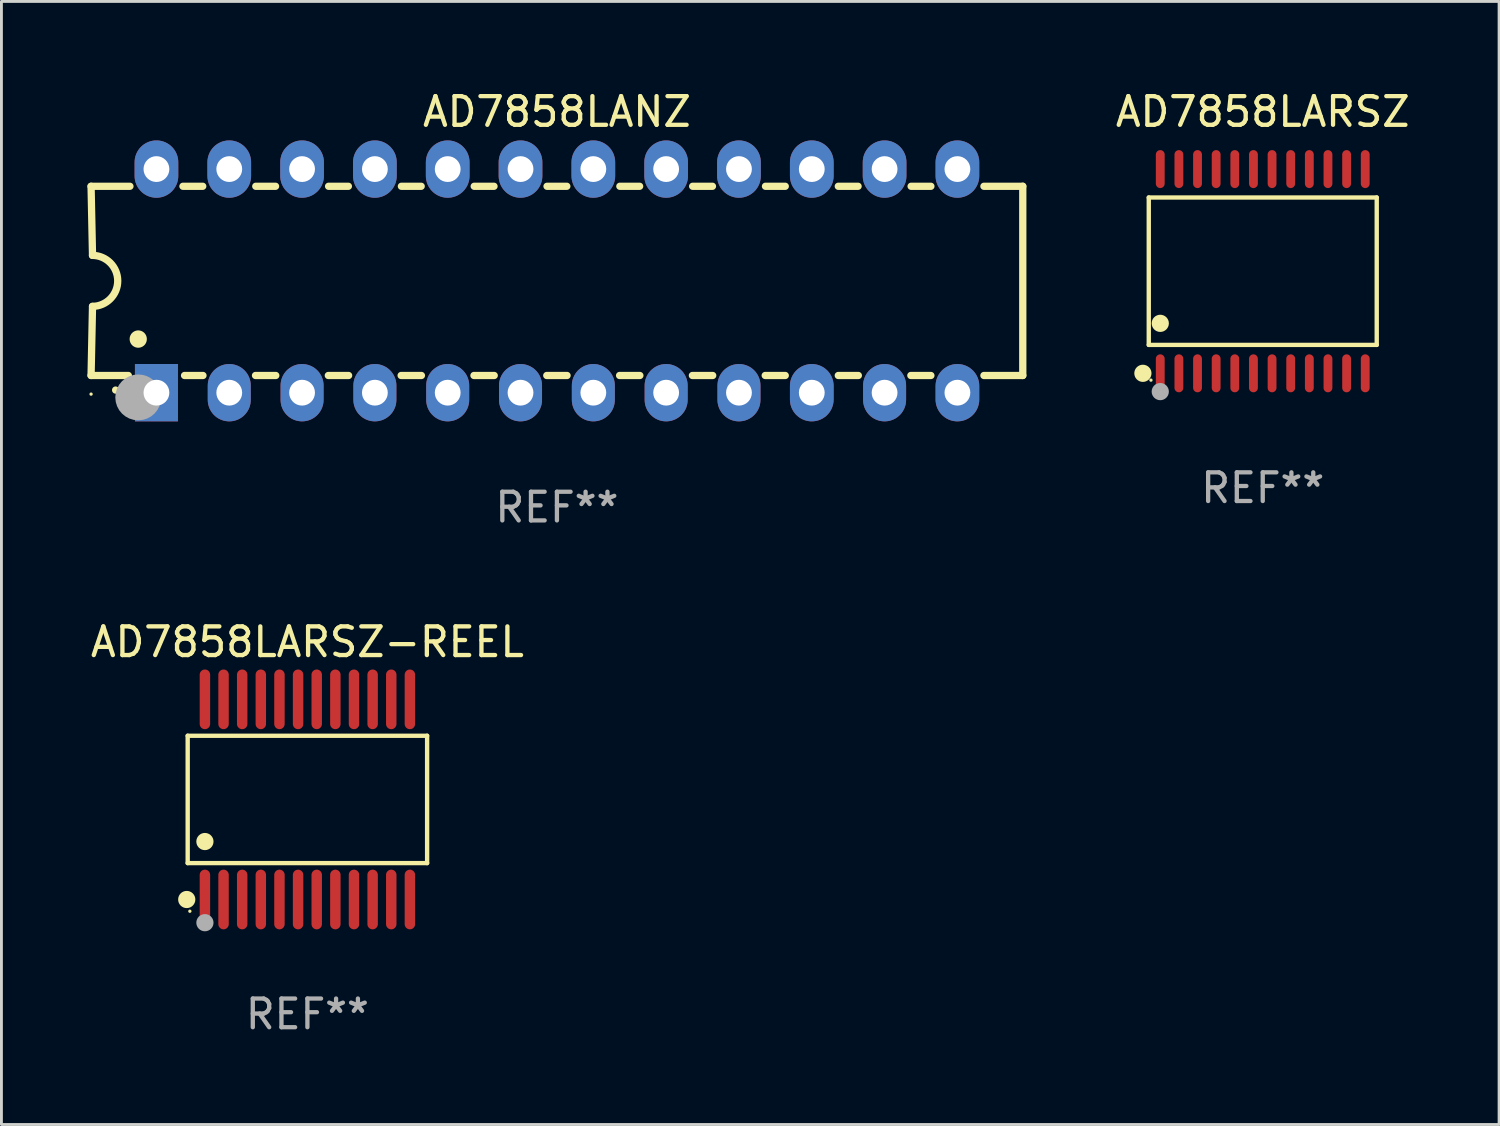
<source format=kicad_pcb>
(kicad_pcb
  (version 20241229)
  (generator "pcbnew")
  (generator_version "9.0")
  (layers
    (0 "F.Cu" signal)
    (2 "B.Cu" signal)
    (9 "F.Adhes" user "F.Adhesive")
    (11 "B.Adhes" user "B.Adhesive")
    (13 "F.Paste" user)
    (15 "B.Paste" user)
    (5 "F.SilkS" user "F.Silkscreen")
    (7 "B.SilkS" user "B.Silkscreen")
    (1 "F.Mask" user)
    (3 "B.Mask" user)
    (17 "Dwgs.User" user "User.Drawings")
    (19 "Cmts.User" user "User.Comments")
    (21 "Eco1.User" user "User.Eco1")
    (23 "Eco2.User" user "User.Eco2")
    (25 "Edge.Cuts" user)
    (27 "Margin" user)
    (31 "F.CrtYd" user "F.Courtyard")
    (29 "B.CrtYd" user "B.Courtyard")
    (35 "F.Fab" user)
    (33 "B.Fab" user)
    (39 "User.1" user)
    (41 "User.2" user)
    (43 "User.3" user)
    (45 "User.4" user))
  (footprint "AD7858LARSZ"
    (layer "F.Cu")
    (at 40.998 6.41)
    (property "Reference" "AD7858LARSZ" (at 0 -5.562 0) (layer "F.SilkS") (effects (font (size 1 1) (thickness 0.15))))
    (attr through_hole)
    (fp_line (start -3.976 -2.571) (end 3.976 -2.571) (stroke (width 0.152) (type solid)) (layer "F.SilkS"))
    (fp_line (start -3.976 2.571) (end -3.976 -2.571) (stroke (width 0.152) (type solid)) (layer "F.SilkS"))
    (fp_line (start 3.976 -2.571) (end 3.976 2.571) (stroke (width 0.152) (type solid)) (layer "F.SilkS"))
    (fp_line (start 3.976 2.571) (end -3.976 2.571) (stroke (width 0.152) (type solid)) (layer "F.SilkS"))
    (fp_circle (center -4.181 3.562) (end -4.031 3.562) (stroke (width 0.3) (type solid)) (fill no) (layer "F.SilkS"))
    (fp_circle (center -3.9 3.8) (end -3.87 3.8) (stroke (width 0.06) (type solid)) (fill no) (layer "F.SilkS"))
    (fp_circle (center -3.575 1.819) (end -3.425 1.819) (stroke (width 0.3) (type solid)) (fill no) (layer "F.SilkS"))
    (fp_circle (center -3.575 4.2) (end -3.425 4.2) (stroke (width 0.3) (type solid)) (fill no) (layer "F.Fab"))
    (fp_text user "REF**" (at 0 7.562 0) (layer "F.Fab") (effects (font (size 1 1) (thickness 0.15))))
    (pad "1" smd oval (at -3.575 3.562) (size 0.308 1.324) (layers "F.Cu" "F.Mask" "F.Paste"))
    (pad "2" smd oval (at -2.925 3.562) (size 0.308 1.324) (layers "F.Cu" "F.Mask" "F.Paste"))
    (pad "3" smd oval (at -2.275 3.562) (size 0.308 1.324) (layers "F.Cu" "F.Mask" "F.Paste"))
    (pad "4" smd oval (at -1.625 3.562) (size 0.308 1.324) (layers "F.Cu" "F.Mask" "F.Paste"))
    (pad "5" smd oval (at -0.975 3.562) (size 0.308 1.324) (layers "F.Cu" "F.Mask" "F.Paste"))
    (pad "6" smd oval (at -0.325 3.562) (size 0.308 1.324) (layers "F.Cu" "F.Mask" "F.Paste"))
    (pad "7" smd oval (at 0.325 3.562) (size 0.308 1.324) (layers "F.Cu" "F.Mask" "F.Paste"))
    (pad "8" smd oval (at 0.975 3.562) (size 0.308 1.324) (layers "F.Cu" "F.Mask" "F.Paste"))
    (pad "9" smd oval (at 1.625 3.562) (size 0.308 1.324) (layers "F.Cu" "F.Mask" "F.Paste"))
    (pad "10" smd oval (at 2.275 3.562) (size 0.308 1.324) (layers "F.Cu" "F.Mask" "F.Paste"))
    (pad "11" smd oval (at 2.925 3.562) (size 0.308 1.324) (layers "F.Cu" "F.Mask" "F.Paste"))
    (pad "12" smd oval (at 3.575 3.562) (size 0.308 1.324) (layers "F.Cu" "F.Mask" "F.Paste"))
    (pad "13" smd oval (at 3.575 -3.562) (size 0.308 1.324) (layers "F.Cu" "F.Mask" "F.Paste"))
    (pad "14" smd oval (at 2.925 -3.562) (size 0.308 1.324) (layers "F.Cu" "F.Mask" "F.Paste"))
    (pad "15" smd oval (at 2.275 -3.562) (size 0.308 1.324) (layers "F.Cu" "F.Mask" "F.Paste"))
    (pad "16" smd oval (at 1.625 -3.562) (size 0.308 1.324) (layers "F.Cu" "F.Mask" "F.Paste"))
    (pad "17" smd oval (at 0.975 -3.562) (size 0.308 1.324) (layers "F.Cu" "F.Mask" "F.Paste"))
    (pad "18" smd oval (at 0.325 -3.562) (size 0.308 1.324) (layers "F.Cu" "F.Mask" "F.Paste"))
    (pad "19" smd oval (at -0.325 -3.562) (size 0.308 1.324) (layers "F.Cu" "F.Mask" "F.Paste"))
    (pad "20" smd oval (at -0.975 -3.562) (size 0.308 1.324) (layers "F.Cu" "F.Mask" "F.Paste"))
    (pad "21" smd oval (at -1.625 -3.562) (size 0.308 1.324) (layers "F.Cu" "F.Mask" "F.Paste"))
    (pad "22" smd oval (at -2.275 -3.562) (size 0.308 1.324) (layers "F.Cu" "F.Mask" "F.Paste"))
    (pad "23" smd oval (at -2.925 -3.562) (size 0.308 1.324) (layers "F.Cu" "F.Mask" "F.Paste"))
    (pad "24" smd oval (at -3.575 -3.562) (size 0.308 1.324) (layers "F.Cu" "F.Mask" "F.Paste")))
  (footprint "AD7858LANZ"
    (layer "F.Cu")
    (at 16.377 6.748)
    (property "Reference" "AD7858LANZ" (at 0 -5.9 0) (layer "F.SilkS") (effects (font (size 1 1) (thickness 0.15))))
    (attr through_hole)
    (fp_line (start -16.25 -3.3) (end -16.2 -0.889) (stroke (width 0.254) (type solid)) (layer "F.SilkS"))
    (fp_line (start -16.25 -3.3) (end -14.895 -3.3) (stroke (width 0.254) (type solid)) (layer "F.SilkS"))
    (fp_line (start -16.25 3.3) (end -16.2 0.889) (stroke (width 0.254) (type solid)) (layer "F.SilkS"))
    (fp_line (start -16.25 3.3) (end -14.951 3.3) (stroke (width 0.254) (type solid)) (layer "F.SilkS"))
    (fp_line (start -13.045 -3.3) (end -12.355 -3.3) (stroke (width 0.254) (type solid)) (layer "F.SilkS"))
    (fp_line (start -12.989 3.3) (end -12.347 3.3) (stroke (width 0.254) (type solid)) (layer "F.SilkS"))
    (fp_line (start -10.514 3.3) (end -9.807 3.3) (stroke (width 0.254) (type solid)) (layer "F.SilkS"))
    (fp_line (start -10.505 -3.3) (end -9.815 -3.3) (stroke (width 0.254) (type solid)) (layer "F.SilkS"))
    (fp_line (start -7.974 3.3) (end -7.267 3.3) (stroke (width 0.254) (type solid)) (layer "F.SilkS"))
    (fp_line (start -7.965 -3.3) (end -7.275 -3.3) (stroke (width 0.254) (type solid)) (layer "F.SilkS"))
    (fp_line (start -5.434 3.3) (end -4.727 3.3) (stroke (width 0.254) (type solid)) (layer "F.SilkS"))
    (fp_line (start -5.425 -3.3) (end -4.735 -3.3) (stroke (width 0.254) (type solid)) (layer "F.SilkS"))
    (fp_line (start -2.894 3.3) (end -2.187 3.3) (stroke (width 0.254) (type solid)) (layer "F.SilkS"))
    (fp_line (start -2.885 -3.3) (end -2.195 -3.3) (stroke (width 0.254) (type solid)) (layer "F.SilkS"))
    (fp_line (start -0.354 3.3) (end 0.353 3.3) (stroke (width 0.254) (type solid)) (layer "F.SilkS"))
    (fp_line (start -0.345 -3.3) (end 0.345 -3.3) (stroke (width 0.254) (type solid)) (layer "F.SilkS"))
    (fp_line (start 2.186 3.3) (end 2.893 3.3) (stroke (width 0.254) (type solid)) (layer "F.SilkS"))
    (fp_line (start 2.195 -3.3) (end 2.885 -3.3) (stroke (width 0.254) (type solid)) (layer "F.SilkS"))
    (fp_line (start 4.726 3.3) (end 5.434 3.3) (stroke (width 0.254) (type solid)) (layer "F.SilkS"))
    (fp_line (start 4.735 -3.3) (end 5.425 -3.3) (stroke (width 0.254) (type solid)) (layer "F.SilkS"))
    (fp_line (start 7.266 3.3) (end 7.965 3.3) (stroke (width 0.254) (type solid)) (layer "F.SilkS"))
    (fp_line (start 7.275 -3.3) (end 7.965 -3.3) (stroke (width 0.254) (type solid)) (layer "F.SilkS"))
    (fp_line (start 9.815 -3.3) (end 10.505 -3.3) (stroke (width 0.254) (type solid)) (layer "F.SilkS"))
    (fp_line (start 9.815 3.3) (end 10.514 3.3) (stroke (width 0.254) (type solid)) (layer "F.SilkS"))
    (fp_line (start 12.346 3.3) (end 13.045 3.3) (stroke (width 0.254) (type solid)) (layer "F.SilkS"))
    (fp_line (start 12.355 -3.3) (end 13.045 -3.3) (stroke (width 0.254) (type solid)) (layer "F.SilkS"))
    (fp_line (start 16.25 -3.3) (end 14.895 -3.3) (stroke (width 0.254) (type solid)) (layer "F.SilkS"))
    (fp_line (start 16.25 -3.3) (end 16.25 3.3) (stroke (width 0.254) (type solid)) (layer "F.SilkS"))
    (fp_line (start 16.25 3.3) (end 14.895 3.3) (stroke (width 0.254) (type solid)) (layer "F.SilkS"))
    (fp_arc (start -16.201016 -0.890146) (mid -15.311429 -0.001055) (end -16.200025 0.889027) (stroke (width 0.254001) (type solid)) (layer "F.SilkS"))
    (fp_arc (start -15.394971 3.810033) (mid -15.394978 3.808763) (end -15.394971 3.807493) (stroke (width 0.25) (type solid)) (layer "F.SilkS"))
    (fp_arc (start -14.605029 2.032029) (mid -14.60504 2.029489) (end -14.605029 2.026949) (stroke (width 0.6) (type solid)) (layer "F.SilkS"))
    (fp_circle (center -16.25 3.95) (end -16.22 3.95) (stroke (width 0.06) (type solid)) (fill no) (layer "F.SilkS"))
    (fp_circle (center -14.605 4.064) (end -14.205 4.064) (stroke (width 0.8) (type solid)) (fill no) (layer "F.Fab"))
    (fp_text user "REF**" (at 0 7.9 0) (layer "F.Fab") (effects (font (size 1 1) (thickness 0.15))))
    (pad "1" thru_hole rect (at -13.97 3.9 90) (size 2 1.5) (drill 0.9) (layers "*.Cu" "*.Mask"))
    (pad "2" thru_hole oval (at -11.43 3.9 90) (size 2 1.5) (drill 0.9) (layers "*.Cu" "*.Mask"))
    (pad "3" thru_hole oval (at -8.89 3.9 90) (size 2 1.5) (drill 0.9) (layers "*.Cu" "*.Mask"))
    (pad "4" thru_hole oval (at -6.35 3.9 90) (size 2 1.5) (drill 0.9) (layers "*.Cu" "*.Mask"))
    (pad "5" thru_hole oval (at -3.81 3.9 90) (size 2 1.5) (drill 0.9) (layers "*.Cu" "*.Mask"))
    (pad "6" thru_hole oval (at -1.27 3.9 90) (size 2 1.5) (drill 0.9) (layers "*.Cu" "*.Mask"))
    (pad "7" thru_hole oval (at 1.27 3.9 90) (size 2 1.5) (drill 0.9) (layers "*.Cu" "*.Mask"))
    (pad "8" thru_hole oval (at 3.81 3.9 90) (size 2 1.5) (drill 0.9) (layers "*.Cu" "*.Mask"))
    (pad "9" thru_hole oval (at 6.35 3.9 90) (size 2 1.5) (drill 0.9) (layers "*.Cu" "*.Mask"))
    (pad "10" thru_hole oval (at 8.89 3.9 90) (size 2 1.524) (drill 0.9) (layers "*.Cu" "*.Mask"))
    (pad "11" thru_hole oval (at 11.43 3.9 90) (size 2 1.5) (drill 0.9) (layers "*.Cu" "*.Mask"))
    (pad "12" thru_hole oval (at 13.97 3.9 90) (size 2 1.524) (drill 0.9) (layers "*.Cu" "*.Mask"))
    (pad "13" thru_hole oval (at 13.97 -3.9 90) (size 2 1.524) (drill 0.9) (layers "*.Cu" "*.Mask"))
    (pad "14" thru_hole oval (at 11.43 -3.9 90) (size 2 1.524) (drill 0.9) (layers "*.Cu" "*.Mask"))
    (pad "15" thru_hole oval (at 8.89 -3.9 90) (size 2 1.524) (drill 0.9) (layers "*.Cu" "*.Mask"))
    (pad "16" thru_hole oval (at 6.35 -3.9 90) (size 2 1.524) (drill 0.9) (layers "*.Cu" "*.Mask"))
    (pad "17" thru_hole oval (at 3.81 -3.9 90) (size 2 1.524) (drill 0.9) (layers "*.Cu" "*.Mask"))
    (pad "18" thru_hole oval (at 1.27 -3.9 90) (size 2 1.524) (drill 0.9) (layers "*.Cu" "*.Mask"))
    (pad "19" thru_hole oval (at -1.27 -3.9 90) (size 2 1.524) (drill 0.9) (layers "*.Cu" "*.Mask"))
    (pad "20" thru_hole oval (at -3.81 -3.9 90) (size 2 1.524) (drill 0.9) (layers "*.Cu" "*.Mask"))
    (pad "21" thru_hole oval (at -6.35 -3.9 90) (size 2 1.524) (drill 0.9) (layers "*.Cu" "*.Mask"))
    (pad "22" thru_hole oval (at -8.89 -3.9 90) (size 2 1.524) (drill 0.9) (layers "*.Cu" "*.Mask"))
    (pad "23" thru_hole oval (at -11.43 -3.9 90) (size 2 1.524) (drill 0.9) (layers "*.Cu" "*.Mask"))
    (pad "24" thru_hole oval (at -13.97 -3.9 90) (size 2 1.524) (drill 0.9) (layers "*.Cu" "*.Mask")))
  (footprint "AD7858LARSZ-REEL"
    (layer "F.Cu")
    (at 7.673 24.836)
    (property "Reference" "AD7858LARSZ-REEL" (at 0 -5.491 0) (layer "F.SilkS") (effects (font (size 1 1) (thickness 0.15))))
    (attr through_hole)
    (fp_line (start -4.176 -2.221) (end 4.176 -2.221) (stroke (width 0.152) (type solid)) (layer "F.SilkS"))
    (fp_line (start -4.176 2.221) (end -4.176 -2.221) (stroke (width 0.152) (type solid)) (layer "F.SilkS"))
    (fp_line (start 4.176 -2.221) (end 4.176 2.221) (stroke (width 0.152) (type solid)) (layer "F.SilkS"))
    (fp_line (start 4.176 2.221) (end -4.176 2.221) (stroke (width 0.152) (type solid)) (layer "F.SilkS"))
    (fp_circle (center -4.209 3.491) (end -4.059 3.491) (stroke (width 0.3) (type solid)) (fill no) (layer "F.SilkS"))
    (fp_circle (center -4.1 3.9) (end -4.07 3.9) (stroke (width 0.06) (type solid)) (fill no) (layer "F.SilkS"))
    (fp_circle (center -3.575 1.469) (end -3.425 1.469) (stroke (width 0.3) (type solid)) (fill no) (layer "F.SilkS"))
    (fp_circle (center -3.575 4.3) (end -3.425 4.3) (stroke (width 0.3) (type solid)) (fill no) (layer "F.Fab"))
    (fp_text user "REF**" (at 0 7.491 0) (layer "F.Fab") (effects (font (size 1 1) (thickness 0.15))))
    (pad "1" smd oval (at -3.575 3.491) (size 0.364 2.082) (layers "F.Cu" "F.Mask" "F.Paste"))
    (pad "2" smd oval (at -2.925 3.491) (size 0.364 2.082) (layers "F.Cu" "F.Mask" "F.Paste"))
    (pad "3" smd oval (at -2.275 3.491) (size 0.364 2.082) (layers "F.Cu" "F.Mask" "F.Paste"))
    (pad "4" smd oval (at -1.625 3.491) (size 0.364 2.082) (layers "F.Cu" "F.Mask" "F.Paste"))
    (pad "5" smd oval (at -0.975 3.491) (size 0.364 2.082) (layers "F.Cu" "F.Mask" "F.Paste"))
    (pad "6" smd oval (at -0.325 3.491) (size 0.364 2.082) (layers "F.Cu" "F.Mask" "F.Paste"))
    (pad "7" smd oval (at 0.325 3.491) (size 0.364 2.082) (layers "F.Cu" "F.Mask" "F.Paste"))
    (pad "8" smd oval (at 0.975 3.491) (size 0.364 2.082) (layers "F.Cu" "F.Mask" "F.Paste"))
    (pad "9" smd oval (at 1.625 3.491) (size 0.364 2.082) (layers "F.Cu" "F.Mask" "F.Paste"))
    (pad "10" smd oval (at 2.275 3.491) (size 0.364 2.082) (layers "F.Cu" "F.Mask" "F.Paste"))
    (pad "11" smd oval (at 2.925 3.491) (size 0.364 2.082) (layers "F.Cu" "F.Mask" "F.Paste"))
    (pad "12" smd oval (at 3.575 3.491) (size 0.364 2.082) (layers "F.Cu" "F.Mask" "F.Paste"))
    (pad "13" smd oval (at 3.575 -3.491) (size 0.364 2.082) (layers "F.Cu" "F.Mask" "F.Paste"))
    (pad "14" smd oval (at 2.925 -3.491) (size 0.364 2.082) (layers "F.Cu" "F.Mask" "F.Paste"))
    (pad "15" smd oval (at 2.275 -3.491) (size 0.364 2.082) (layers "F.Cu" "F.Mask" "F.Paste"))
    (pad "16" smd oval (at 1.625 -3.491) (size 0.364 2.082) (layers "F.Cu" "F.Mask" "F.Paste"))
    (pad "17" smd oval (at 0.975 -3.491) (size 0.364 2.082) (layers "F.Cu" "F.Mask" "F.Paste"))
    (pad "18" smd oval (at 0.325 -3.491) (size 0.364 2.082) (layers "F.Cu" "F.Mask" "F.Paste"))
    (pad "19" smd oval (at -0.325 -3.491) (size 0.364 2.082) (layers "F.Cu" "F.Mask" "F.Paste"))
    (pad "20" smd oval (at -0.975 -3.491) (size 0.364 2.082) (layers "F.Cu" "F.Mask" "F.Paste"))
    (pad "21" smd oval (at -1.625 -3.491) (size 0.364 2.082) (layers "F.Cu" "F.Mask" "F.Paste"))
    (pad "22" smd oval (at -2.275 -3.491) (size 0.364 2.082) (layers "F.Cu" "F.Mask" "F.Paste"))
    (pad "23" smd oval (at -2.925 -3.491) (size 0.364 2.082) (layers "F.Cu" "F.Mask" "F.Paste"))
    (pad "24" smd oval (at -3.575 -3.491) (size 0.364 2.082) (layers "F.Cu" "F.Mask" "F.Paste")))
  (gr_rect
    (start -3 -3)
    (end 49.242 36.175)
    (stroke (width 0.1) (type default))
    (fill no)
    (layer "Edge.Cuts")))
</source>
